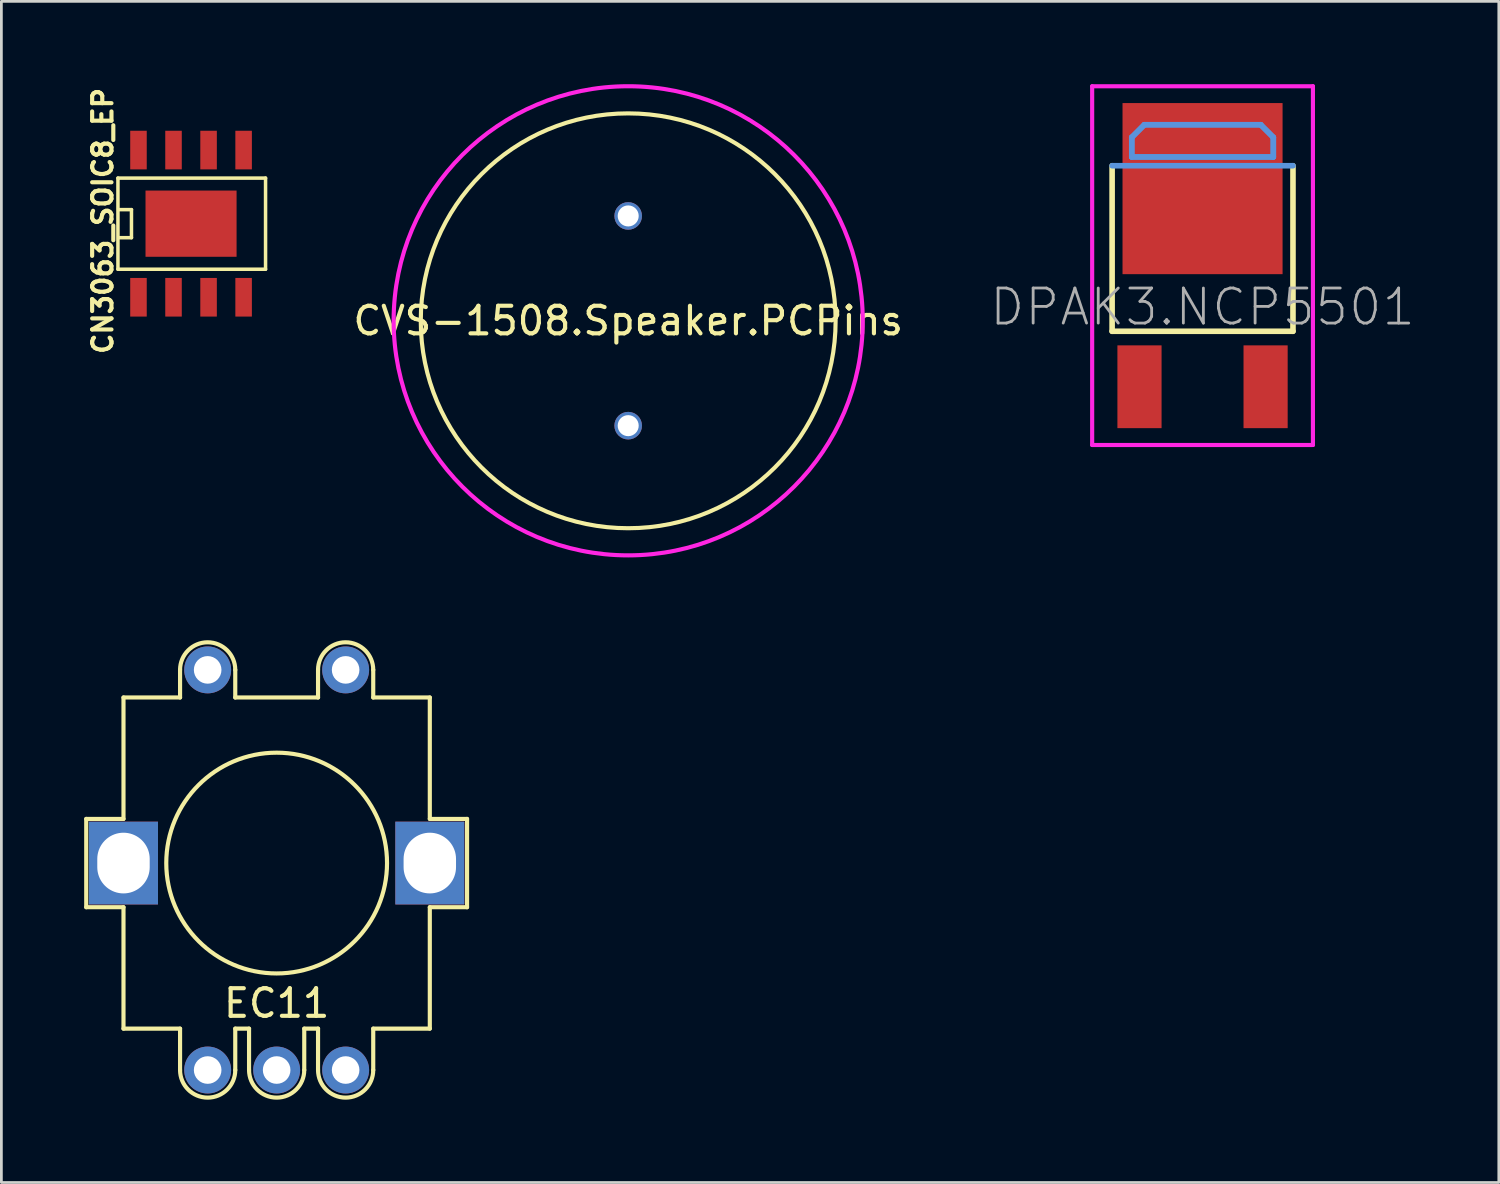
<source format=kicad_pcb>
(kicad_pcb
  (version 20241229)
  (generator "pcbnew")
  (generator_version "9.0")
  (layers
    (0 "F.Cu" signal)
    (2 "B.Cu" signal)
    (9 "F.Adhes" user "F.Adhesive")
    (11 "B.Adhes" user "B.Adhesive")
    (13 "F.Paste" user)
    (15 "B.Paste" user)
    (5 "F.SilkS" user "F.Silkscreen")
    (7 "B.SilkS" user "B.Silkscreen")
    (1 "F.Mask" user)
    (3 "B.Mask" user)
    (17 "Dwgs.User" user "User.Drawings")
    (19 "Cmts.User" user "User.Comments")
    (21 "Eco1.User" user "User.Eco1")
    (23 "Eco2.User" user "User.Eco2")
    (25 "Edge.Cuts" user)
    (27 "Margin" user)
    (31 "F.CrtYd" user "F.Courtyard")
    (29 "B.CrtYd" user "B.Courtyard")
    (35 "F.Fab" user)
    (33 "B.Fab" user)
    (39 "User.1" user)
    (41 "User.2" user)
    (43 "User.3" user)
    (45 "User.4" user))
  (footprint "CVS-1508.Speaker.PCPins"
    (layer "F.Cu")
    (at 19.714 8.575)
    (property "Reference" "CVS-1508.Speaker.PCPins" (at 0 0 0) (layer "F.SilkS") (effects (font (size 1 1) (thickness 0.15))))
    (attr through_hole)
    (fp_circle (center 0 0) (end 7.5 -0.5) (stroke (width 0.15) (type solid)) (fill no) (layer "F.SilkS"))
    (fp_circle (center 0 0) (end 8.5 0) (stroke (width 0.15) (type solid)) (fill no) (layer "F.CrtYd"))
    (pad "1" thru_hole circle (at 0 -3.8) (size 1 1) (drill 0.762) (layers "*.Cu" "*.Mask"))
    (pad "2" thru_hole circle (at 0 3.8) (size 1 1) (drill 0.762) (layers "*.Cu" "*.Mask")))
  (footprint "DPAK3.NCP5501"
    (layer "F.Cu")
    (at 40.527 6.575)
    (property "Reference" "DPAK3.NCP5501" (at 0 1.5 0) (layer "F.Fab") (effects (font (size 1.27 1.27) (thickness 0.102))))
    (attr through_hole)
    (fp_line (start -3.277 2.38) (end -3.277 -3.62) (stroke (width 0.203) (type solid)) (layer "F.SilkS"))
    (fp_line (start 3.277 -3.62) (end 3.277 2.38) (stroke (width 0.203) (type solid)) (layer "F.SilkS"))
    (fp_line (start 3.277 2.38) (end -3.277 2.38) (stroke (width 0.203) (type solid)) (layer "F.SilkS"))
    (fp_line (start -3.277 -3.62) (end 3.277 -3.62) (stroke (width 0.203) (type solid)) (layer "Cmts.User"))
    (fp_line (start -2.565 -4.648) (end -2.108 -5.105) (stroke (width 0.198) (type solid)) (layer "Cmts.User"))
    (fp_line (start -2.565 -4.648) (end -2.108 -5.105) (stroke (width 0.203) (type solid)) (layer "Cmts.User"))
    (fp_line (start -2.565 -3.937) (end -2.565 -4.648) (stroke (width 0.198) (type solid)) (layer "Cmts.User"))
    (fp_line (start -2.565 -3.937) (end -2.565 -4.648) (stroke (width 0.203) (type solid)) (layer "Cmts.User"))
    (fp_line (start -2.108 -5.105) (end 2.108 -5.105) (stroke (width 0.198) (type solid)) (layer "Cmts.User"))
    (fp_line (start -2.108 -5.105) (end 2.108 -5.105) (stroke (width 0.203) (type solid)) (layer "Cmts.User"))
    (fp_line (start 2.108 -5.105) (end 2.565 -4.648) (stroke (width 0.198) (type solid)) (layer "Cmts.User"))
    (fp_line (start 2.108 -5.105) (end 2.565 -4.648) (stroke (width 0.203) (type solid)) (layer "Cmts.User"))
    (fp_line (start 2.565 -4.648) (end 2.565 -3.937) (stroke (width 0.198) (type solid)) (layer "Cmts.User"))
    (fp_line (start 2.565 -4.648) (end 2.565 -3.937) (stroke (width 0.203) (type solid)) (layer "Cmts.User"))
    (fp_line (start 2.565 -3.937) (end -2.565 -3.937) (stroke (width 0.198) (type solid)) (layer "Cmts.User"))
    (fp_line (start 2.565 -3.937) (end -2.565 -3.937) (stroke (width 0.203) (type solid)) (layer "Cmts.User"))
    (fp_line (start -4 -6.5) (end -4 6.5) (stroke (width 0.15) (type solid)) (layer "F.CrtYd"))
    (fp_line (start -4 6.5) (end 4 6.5) (stroke (width 0.15) (type solid)) (layer "F.CrtYd"))
    (fp_line (start 4 -6.5) (end -4 -6.5) (stroke (width 0.15) (type solid)) (layer "F.CrtYd"))
    (fp_line (start 4 6.5) (end 4 -6.5) (stroke (width 0.15) (type solid)) (layer "F.CrtYd"))
    (pad "1" smd rect (at -2.285 4.39) (size 1.6 3) (layers "F.Cu" "F.Mask" "F.Paste"))
    (pad "2" smd rect (at 0 -2.79) (size 5.8 6.2) (layers "F.Cu" "F.Mask" "F.Paste"))
    (pad "3" smd rect (at 2.285 4.39) (size 1.6 3) (layers "F.Cu" "F.Mask" "F.Paste")))
  (footprint "EC11"
    (layer "F.Cu")
    (at 6.975 28.225)
    (property "Reference" "EC11" (at 0 5.08 0) (layer "F.SilkS") (effects (font (size 1 1) (thickness 0.15))))
    (attr through_hole)
    (fp_line (start -6.9 -1.6) (end -6.9 1.6) (stroke (width 0.15) (type solid)) (layer "F.SilkS"))
    (fp_line (start -6.9 1.6) (end -5.55 1.6) (stroke (width 0.15) (type solid)) (layer "F.SilkS"))
    (fp_line (start -5.55 -6) (end -3.5 -6) (stroke (width 0.15) (type solid)) (layer "F.SilkS"))
    (fp_line (start -5.55 -1.6) (end -6.9 -1.6) (stroke (width 0.15) (type solid)) (layer "F.SilkS"))
    (fp_line (start -5.55 -1.6) (end -5.55 -6) (stroke (width 0.15) (type solid)) (layer "F.SilkS"))
    (fp_line (start -5.55 1.6) (end -5.55 6) (stroke (width 0.15) (type solid)) (layer "F.SilkS"))
    (fp_line (start -5.55 6) (end -3.5 6) (stroke (width 0.15) (type solid)) (layer "F.SilkS"))
    (fp_line (start -3.5 -7) (end -3.5 -6) (stroke (width 0.15) (type solid)) (layer "F.SilkS"))
    (fp_line (start -3.5 7.5) (end -3.5 6) (stroke (width 0.15) (type solid)) (layer "F.SilkS"))
    (fp_line (start -1.5 -7) (end -1.5 -6) (stroke (width 0.15) (type solid)) (layer "F.SilkS"))
    (fp_line (start -1.5 -6) (end 1.5 -6) (stroke (width 0.15) (type solid)) (layer "F.SilkS"))
    (fp_line (start -1.5 6) (end -1 6) (stroke (width 0.15) (type solid)) (layer "F.SilkS"))
    (fp_line (start -1.5 7.5) (end -1.5 6) (stroke (width 0.15) (type solid)) (layer "F.SilkS"))
    (fp_line (start -1 7.5) (end -1 6) (stroke (width 0.15) (type solid)) (layer "F.SilkS"))
    (fp_line (start 1 6) (end 1.5 6) (stroke (width 0.15) (type solid)) (layer "F.SilkS"))
    (fp_line (start 1 7.5) (end 1 6) (stroke (width 0.15) (type solid)) (layer "F.SilkS"))
    (fp_line (start 1.5 -7) (end 1.5 -6) (stroke (width 0.15) (type solid)) (layer "F.SilkS"))
    (fp_line (start 1.5 7.5) (end 1.5 6) (stroke (width 0.15) (type solid)) (layer "F.SilkS"))
    (fp_line (start 3.5 -7) (end 3.5 -6) (stroke (width 0.15) (type solid)) (layer "F.SilkS"))
    (fp_line (start 3.5 -6) (end 5.55 -6) (stroke (width 0.15) (type solid)) (layer "F.SilkS"))
    (fp_line (start 3.5 7.5) (end 3.5 6) (stroke (width 0.15) (type solid)) (layer "F.SilkS"))
    (fp_line (start 5.55 -6) (end 5.55 -1.6) (stroke (width 0.15) (type solid)) (layer "F.SilkS"))
    (fp_line (start 5.55 -1.6) (end 6.9 -1.6) (stroke (width 0.15) (type solid)) (layer "F.SilkS"))
    (fp_line (start 5.55 1.6) (end 5.55 6) (stroke (width 0.15) (type solid)) (layer "F.SilkS"))
    (fp_line (start 5.55 6) (end 3.5 6) (stroke (width 0.15) (type solid)) (layer "F.SilkS"))
    (fp_line (start 6.9 -1.6) (end 6.9 1.6) (stroke (width 0.15) (type solid)) (layer "F.SilkS"))
    (fp_line (start 6.9 1.6) (end 5.55 1.6) (stroke (width 0.15) (type solid)) (layer "F.SilkS"))
    (fp_arc (start -3.5 -7) (mid -2.5 -8) (end -1.5 -7) (stroke (width 0.15) (type solid)) (layer "F.SilkS"))
    (fp_arc (start -1.5 7.5) (mid -2.5 8.5) (end -3.5 7.5) (stroke (width 0.15) (type solid)) (layer "F.SilkS"))
    (fp_arc (start 1 7.5) (mid 0 8.5) (end -1 7.5) (stroke (width 0.15) (type solid)) (layer "F.SilkS"))
    (fp_arc (start 1.5 -7) (mid 2.5 -8) (end 3.5 -7) (stroke (width 0.15) (type solid)) (layer "F.SilkS"))
    (fp_arc (start 3.5 7.5) (mid 2.5 8.5) (end 1.5 7.5) (stroke (width 0.15) (type solid)) (layer "F.SilkS"))
    (fp_circle (center 0 0) (end 4 0) (stroke (width 0.15) (type solid)) (fill no) (layer "F.SilkS"))
    (pad "" thru_hole rect (at -5.55 0) (size 2.5 3) (drill oval 1.9 2.2) (layers "*.Cu" "*.Mask"))
    (pad "" thru_hole rect (at 5.55 0) (size 2.5 3) (drill oval 1.9 2.2) (layers "*.Cu" "*.Mask"))
    (pad "1" thru_hole circle (at -2.5 7.5) (size 1.7 1.7) (drill 1) (layers "*.Cu" "*.Mask"))
    (pad "2" thru_hole circle (at 0 7.5) (size 1.7 1.7) (drill 1) (layers "*.Cu" "*.Mask"))
    (pad "3" thru_hole circle (at 2.5 7.5) (size 1.7 1.7) (drill 1) (layers "*.Cu" "*.Mask"))
    (pad "4" thru_hole circle (at -2.5 -7) (size 1.7 1.7) (drill 1) (layers "*.Cu" "*.Mask"))
    (pad "5" thru_hole circle (at 2.5 -7) (size 1.7 1.7) (drill 1) (layers "*.Cu" "*.Mask")))
  (footprint "CN3063_SOIC8_EP"
    (layer "F.Cu")
    (at 3.873 5.055)
    (property "Reference" "CN3063_SOIC8_EP" (at -3.2 -0.1 90) (layer "F.SilkS") (effects (font (size 0.7 0.7) (thickness 0.15))))
    (attr smd)
    (fp_line (start -2.649 -1.651) (end -2.649 1.651) (stroke (width 0.127) (type solid)) (layer "F.SilkS"))
    (fp_line (start -2.649 -1.651) (end 2.7 -1.651) (stroke (width 0.127) (type solid)) (layer "F.SilkS"))
    (fp_line (start -2.6 -0.508) (end -2.159 -0.508) (stroke (width 0.127) (type solid)) (layer "F.SilkS"))
    (fp_line (start -2.159 -0.508) (end -2.159 0.508) (stroke (width 0.127) (type solid)) (layer "F.SilkS"))
    (fp_line (start -2.159 0.508) (end -2.6 0.508) (stroke (width 0.127) (type solid)) (layer "F.SilkS"))
    (fp_line (start 2.7 -1.651) (end 2.7 1.651) (stroke (width 0.127) (type solid)) (layer "F.SilkS"))
    (fp_line (start 2.7 1.651) (end -2.649 1.651) (stroke (width 0.127) (type solid)) (layer "F.SilkS"))
    (pad "1" smd rect (at -1.905 2.667) (size 0.599 1.4) (layers "F.Cu" "F.Mask" "F.Paste"))
    (pad "2" smd rect (at -0.635 2.667) (size 0.599 1.4) (layers "F.Cu" "F.Mask" "F.Paste"))
    (pad "3" smd rect (at 0.635 2.667) (size 0.599 1.4) (layers "F.Cu" "F.Mask" "F.Paste"))
    (pad "4" smd rect (at 1.905 2.667) (size 0.599 1.4) (layers "F.Cu" "F.Mask" "F.Paste"))
    (pad "5" smd rect (at 1.905 -2.667) (size 0.599 1.4) (layers "F.Cu" "F.Mask" "F.Paste"))
    (pad "6" smd rect (at 0.635 -2.667) (size 0.599 1.4) (layers "F.Cu" "F.Mask" "F.Paste"))
    (pad "7" smd rect (at -0.635 -2.667) (size 0.599 1.4) (layers "F.Cu" "F.Mask" "F.Paste"))
    (pad "8" smd rect (at -1.905 -2.667) (size 0.599 1.4) (layers "F.Cu" "F.Mask" "F.Paste"))
    (pad "PAD" smd rect (at 0 0) (size 3.3 2.4) (layers "F.Cu" "F.Mask" "F.Paste")))
  (gr_rect
    (start -3 -3)
    (end 51.263 39.8)
    (stroke (width 0.1) (type default))
    (fill no)
    (layer "Edge.Cuts")))
</source>
